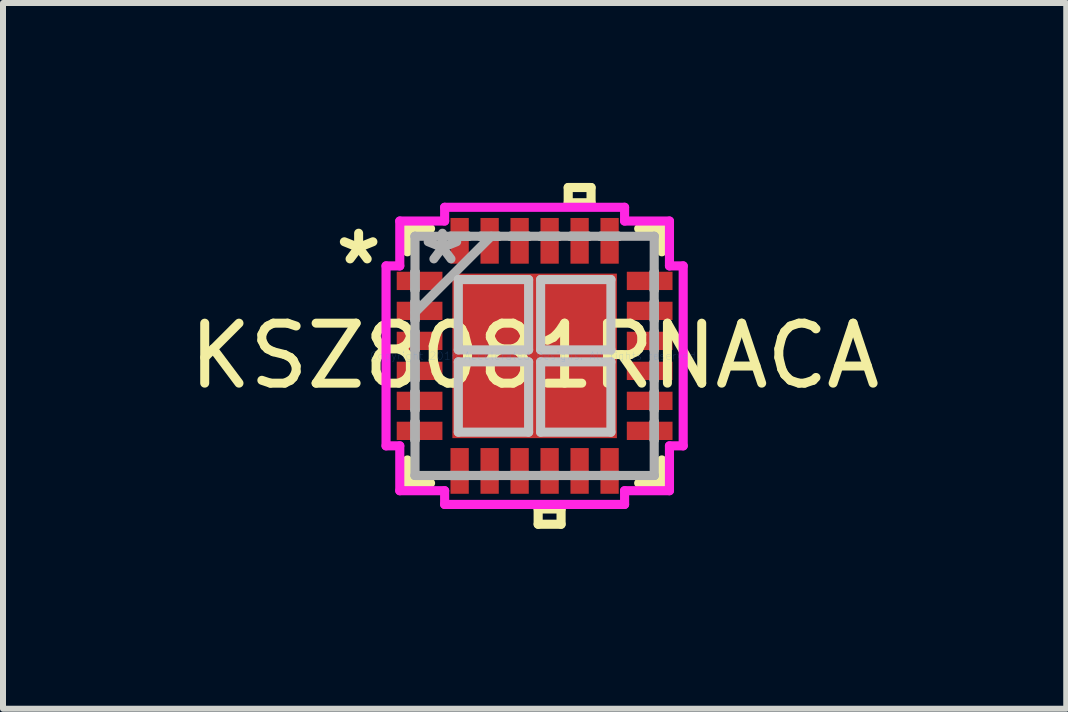
<source format=kicad_pcb>
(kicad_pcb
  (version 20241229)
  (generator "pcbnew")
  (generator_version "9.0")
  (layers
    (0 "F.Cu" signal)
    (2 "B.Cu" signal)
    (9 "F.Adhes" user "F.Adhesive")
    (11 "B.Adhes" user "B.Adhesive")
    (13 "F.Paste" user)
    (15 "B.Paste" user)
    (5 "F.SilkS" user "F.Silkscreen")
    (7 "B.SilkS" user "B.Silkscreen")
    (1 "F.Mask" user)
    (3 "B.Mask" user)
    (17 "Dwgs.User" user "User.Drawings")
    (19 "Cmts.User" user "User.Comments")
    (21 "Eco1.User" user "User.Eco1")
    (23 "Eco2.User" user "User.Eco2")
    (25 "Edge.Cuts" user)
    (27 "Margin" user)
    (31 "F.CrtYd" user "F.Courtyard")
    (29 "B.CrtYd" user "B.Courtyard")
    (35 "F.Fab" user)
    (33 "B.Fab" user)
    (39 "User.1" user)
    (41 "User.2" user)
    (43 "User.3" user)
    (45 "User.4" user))
  (footprint "KSZ8081RNACA"
    (layer "F.Cu")
    (at 5.863 2.883)
    (property "Reference" "KSZ8081RNACA" (at 0 0 0) (layer "F.SilkS") (effects (font (size 1 1) (thickness 0.15))))
    (attr through_hole)
    (fp_line (start -2.121 -2.121) (end -2.121 -1.735) (stroke (width 0.152) (type solid)) (layer "F.SilkS"))
    (fp_line (start -2.121 1.735) (end -2.121 2.121) (stroke (width 0.152) (type solid)) (layer "F.SilkS"))
    (fp_line (start -2.121 2.121) (end -1.735 2.121) (stroke (width 0.152) (type solid)) (layer "F.SilkS"))
    (fp_line (start -1.735 -2.121) (end -2.121 -2.121) (stroke (width 0.152) (type solid)) (layer "F.SilkS"))
    (fp_line (start 0.059 2.553) (end 0.059 2.807) (stroke (width 0.152) (type solid)) (layer "F.SilkS"))
    (fp_line (start 0.059 2.807) (end 0.441 2.807) (stroke (width 0.152) (type solid)) (layer "F.SilkS"))
    (fp_line (start 0.441 2.553) (end 0.059 2.553) (stroke (width 0.152) (type solid)) (layer "F.SilkS"))
    (fp_line (start 0.441 2.807) (end 0.441 2.553) (stroke (width 0.152) (type solid)) (layer "F.SilkS"))
    (fp_line (start 0.56 -2.807) (end 0.941 -2.807) (stroke (width 0.152) (type solid)) (layer "F.SilkS"))
    (fp_line (start 0.56 -2.553) (end 0.56 -2.807) (stroke (width 0.152) (type solid)) (layer "F.SilkS"))
    (fp_line (start 0.941 -2.807) (end 0.941 -2.553) (stroke (width 0.152) (type solid)) (layer "F.SilkS"))
    (fp_line (start 0.941 -2.553) (end 0.56 -2.553) (stroke (width 0.152) (type solid)) (layer "F.SilkS"))
    (fp_line (start 1.735 2.121) (end 2.121 2.121) (stroke (width 0.152) (type solid)) (layer "F.SilkS"))
    (fp_line (start 2.121 -2.121) (end 1.735 -2.121) (stroke (width 0.152) (type solid)) (layer "F.SilkS"))
    (fp_line (start 2.121 -1.735) (end 2.121 -2.121) (stroke (width 0.152) (type solid)) (layer "F.SilkS"))
    (fp_line (start 2.121 2.121) (end 2.121 1.735) (stroke (width 0.152) (type solid)) (layer "F.SilkS"))
    (fp_line (start -1.272 -1.272) (end -1.272 -0.1) (stroke (width 0.152) (type solid)) (layer "Dwgs.User"))
    (fp_line (start -1.272 -0.1) (end -0.1 -0.1) (stroke (width 0.152) (type solid)) (layer "Dwgs.User"))
    (fp_line (start -1.272 0.1) (end -1.272 1.272) (stroke (width 0.152) (type solid)) (layer "Dwgs.User"))
    (fp_line (start -1.272 1.272) (end -0.1 1.272) (stroke (width 0.152) (type solid)) (layer "Dwgs.User"))
    (fp_line (start -0.1 -1.272) (end -1.272 -1.272) (stroke (width 0.152) (type solid)) (layer "Dwgs.User"))
    (fp_line (start -0.1 -0.1) (end -0.1 -1.272) (stroke (width 0.152) (type solid)) (layer "Dwgs.User"))
    (fp_line (start -0.1 0.1) (end -1.272 0.1) (stroke (width 0.152) (type solid)) (layer "Dwgs.User"))
    (fp_line (start -0.1 1.272) (end -0.1 0.1) (stroke (width 0.152) (type solid)) (layer "Dwgs.User"))
    (fp_line (start 0.1 -1.272) (end 0.1 -0.1) (stroke (width 0.152) (type solid)) (layer "Dwgs.User"))
    (fp_line (start 0.1 -0.1) (end 1.272 -0.1) (stroke (width 0.152) (type solid)) (layer "Dwgs.User"))
    (fp_line (start 0.1 0.1) (end 0.1 1.272) (stroke (width 0.152) (type solid)) (layer "Dwgs.User"))
    (fp_line (start 0.1 1.272) (end 1.272 1.272) (stroke (width 0.152) (type solid)) (layer "Dwgs.User"))
    (fp_line (start 1.272 -1.272) (end 0.1 -1.272) (stroke (width 0.152) (type solid)) (layer "Dwgs.User"))
    (fp_line (start 1.272 -0.1) (end 1.272 -1.272) (stroke (width 0.152) (type solid)) (layer "Dwgs.User"))
    (fp_line (start 1.272 0.1) (end 0.1 0.1) (stroke (width 0.152) (type solid)) (layer "Dwgs.User"))
    (fp_line (start 1.272 1.272) (end 1.272 0.1) (stroke (width 0.152) (type solid)) (layer "Dwgs.User"))
    (fp_line (start -2.477 -1.5) (end -2.248 -1.5) (stroke (width 0.152) (type solid)) (layer "F.CrtYd"))
    (fp_line (start -2.477 1.5) (end -2.477 -1.5) (stroke (width 0.152) (type solid)) (layer "F.CrtYd"))
    (fp_line (start -2.248 -2.248) (end -1.5 -2.248) (stroke (width 0.152) (type solid)) (layer "F.CrtYd"))
    (fp_line (start -2.248 -1.5) (end -2.248 -2.248) (stroke (width 0.152) (type solid)) (layer "F.CrtYd"))
    (fp_line (start -2.248 1.5) (end -2.477 1.5) (stroke (width 0.152) (type solid)) (layer "F.CrtYd"))
    (fp_line (start -2.248 2.248) (end -2.248 1.5) (stroke (width 0.152) (type solid)) (layer "F.CrtYd"))
    (fp_line (start -1.5 -2.477) (end 1.5 -2.477) (stroke (width 0.152) (type solid)) (layer "F.CrtYd"))
    (fp_line (start -1.5 -2.248) (end -1.5 -2.477) (stroke (width 0.152) (type solid)) (layer "F.CrtYd"))
    (fp_line (start -1.5 2.248) (end -2.248 2.248) (stroke (width 0.152) (type solid)) (layer "F.CrtYd"))
    (fp_line (start -1.5 2.477) (end -1.5 2.248) (stroke (width 0.152) (type solid)) (layer "F.CrtYd"))
    (fp_line (start 1.5 -2.477) (end 1.5 -2.248) (stroke (width 0.152) (type solid)) (layer "F.CrtYd"))
    (fp_line (start 1.5 -2.248) (end 2.248 -2.248) (stroke (width 0.152) (type solid)) (layer "F.CrtYd"))
    (fp_line (start 1.5 2.248) (end 1.5 2.477) (stroke (width 0.152) (type solid)) (layer "F.CrtYd"))
    (fp_line (start 1.5 2.477) (end -1.5 2.477) (stroke (width 0.152) (type solid)) (layer "F.CrtYd"))
    (fp_line (start 2.248 -2.248) (end 2.248 -1.5) (stroke (width 0.152) (type solid)) (layer "F.CrtYd"))
    (fp_line (start 2.248 -1.5) (end 2.477 -1.5) (stroke (width 0.152) (type solid)) (layer "F.CrtYd"))
    (fp_line (start 2.248 1.5) (end 2.248 2.248) (stroke (width 0.152) (type solid)) (layer "F.CrtYd"))
    (fp_line (start 2.248 2.248) (end 1.5 2.248) (stroke (width 0.152) (type solid)) (layer "F.CrtYd"))
    (fp_line (start 2.477 -1.5) (end 2.477 1.5) (stroke (width 0.152) (type solid)) (layer "F.CrtYd"))
    (fp_line (start 2.477 1.5) (end 2.248 1.5) (stroke (width 0.152) (type solid)) (layer "F.CrtYd"))
    (fp_line (start -1.994 -1.994) (end -1.994 -1.994) (stroke (width 0.152) (type solid)) (layer "F.Fab"))
    (fp_line (start -1.994 -1.994) (end -1.994 1.994) (stroke (width 0.152) (type solid)) (layer "F.Fab"))
    (fp_line (start -1.994 -1.402) (end -1.994 -1.402) (stroke (width 0.152) (type solid)) (layer "F.Fab"))
    (fp_line (start -1.994 -1.402) (end -1.994 -1.098) (stroke (width 0.152) (type solid)) (layer "F.Fab"))
    (fp_line (start -1.994 -1.098) (end -1.994 -1.402) (stroke (width 0.152) (type solid)) (layer "F.Fab"))
    (fp_line (start -1.994 -1.098) (end -1.994 -1.098) (stroke (width 0.152) (type solid)) (layer "F.Fab"))
    (fp_line (start -1.994 -0.902) (end -1.994 -0.902) (stroke (width 0.152) (type solid)) (layer "F.Fab"))
    (fp_line (start -1.994 -0.902) (end -1.994 -0.598) (stroke (width 0.152) (type solid)) (layer "F.Fab"))
    (fp_line (start -1.994 -0.724) (end -0.724 -1.994) (stroke (width 0.152) (type solid)) (layer "F.Fab"))
    (fp_line (start -1.994 -0.598) (end -1.994 -0.902) (stroke (width 0.152) (type solid)) (layer "F.Fab"))
    (fp_line (start -1.994 -0.598) (end -1.994 -0.598) (stroke (width 0.152) (type solid)) (layer "F.Fab"))
    (fp_line (start -1.994 -0.402) (end -1.994 -0.402) (stroke (width 0.152) (type solid)) (layer "F.Fab"))
    (fp_line (start -1.994 -0.402) (end -1.994 -0.098) (stroke (width 0.152) (type solid)) (layer "F.Fab"))
    (fp_line (start -1.994 -0.098) (end -1.994 -0.402) (stroke (width 0.152) (type solid)) (layer "F.Fab"))
    (fp_line (start -1.994 -0.098) (end -1.994 -0.098) (stroke (width 0.152) (type solid)) (layer "F.Fab"))
    (fp_line (start -1.994 0.098) (end -1.994 0.098) (stroke (width 0.152) (type solid)) (layer "F.Fab"))
    (fp_line (start -1.994 0.098) (end -1.994 0.402) (stroke (width 0.152) (type solid)) (layer "F.Fab"))
    (fp_line (start -1.994 0.402) (end -1.994 0.098) (stroke (width 0.152) (type solid)) (layer "F.Fab"))
    (fp_line (start -1.994 0.402) (end -1.994 0.402) (stroke (width 0.152) (type solid)) (layer "F.Fab"))
    (fp_line (start -1.994 0.598) (end -1.994 0.598) (stroke (width 0.152) (type solid)) (layer "F.Fab"))
    (fp_line (start -1.994 0.598) (end -1.994 0.902) (stroke (width 0.152) (type solid)) (layer "F.Fab"))
    (fp_line (start -1.994 0.902) (end -1.994 0.598) (stroke (width 0.152) (type solid)) (layer "F.Fab"))
    (fp_line (start -1.994 0.902) (end -1.994 0.902) (stroke (width 0.152) (type solid)) (layer "F.Fab"))
    (fp_line (start -1.994 1.098) (end -1.994 1.098) (stroke (width 0.152) (type solid)) (layer "F.Fab"))
    (fp_line (start -1.994 1.098) (end -1.994 1.402) (stroke (width 0.152) (type solid)) (layer "F.Fab"))
    (fp_line (start -1.994 1.402) (end -1.994 1.098) (stroke (width 0.152) (type solid)) (layer "F.Fab"))
    (fp_line (start -1.994 1.402) (end -1.994 1.402) (stroke (width 0.152) (type solid)) (layer "F.Fab"))
    (fp_line (start -1.994 1.994) (end -1.994 1.994) (stroke (width 0.152) (type solid)) (layer "F.Fab"))
    (fp_line (start -1.994 1.994) (end 1.994 1.994) (stroke (width 0.152) (type solid)) (layer "F.Fab"))
    (fp_line (start -1.402 -1.994) (end -1.402 -1.994) (stroke (width 0.152) (type solid)) (layer "F.Fab"))
    (fp_line (start -1.402 -1.994) (end -1.098 -1.994) (stroke (width 0.152) (type solid)) (layer "F.Fab"))
    (fp_line (start -1.402 1.994) (end -1.402 1.994) (stroke (width 0.152) (type solid)) (layer "F.Fab"))
    (fp_line (start -1.402 1.994) (end -1.098 1.994) (stroke (width 0.152) (type solid)) (layer "F.Fab"))
    (fp_line (start -1.098 -1.994) (end -1.402 -1.994) (stroke (width 0.152) (type solid)) (layer "F.Fab"))
    (fp_line (start -1.098 -1.994) (end -1.098 -1.994) (stroke (width 0.152) (type solid)) (layer "F.Fab"))
    (fp_line (start -1.098 1.994) (end -1.402 1.994) (stroke (width 0.152) (type solid)) (layer "F.Fab"))
    (fp_line (start -1.098 1.994) (end -1.098 1.994) (stroke (width 0.152) (type solid)) (layer "F.Fab"))
    (fp_line (start -0.902 -1.994) (end -0.902 -1.994) (stroke (width 0.152) (type solid)) (layer "F.Fab"))
    (fp_line (start -0.902 -1.994) (end -0.598 -1.994) (stroke (width 0.152) (type solid)) (layer "F.Fab"))
    (fp_line (start -0.902 1.994) (end -0.902 1.994) (stroke (width 0.152) (type solid)) (layer "F.Fab"))
    (fp_line (start -0.902 1.994) (end -0.598 1.994) (stroke (width 0.152) (type solid)) (layer "F.Fab"))
    (fp_line (start -0.598 -1.994) (end -0.902 -1.994) (stroke (width 0.152) (type solid)) (layer "F.Fab"))
    (fp_line (start -0.598 -1.994) (end -0.598 -1.994) (stroke (width 0.152) (type solid)) (layer "F.Fab"))
    (fp_line (start -0.598 1.994) (end -0.902 1.994) (stroke (width 0.152) (type solid)) (layer "F.Fab"))
    (fp_line (start -0.598 1.994) (end -0.598 1.994) (stroke (width 0.152) (type solid)) (layer "F.Fab"))
    (fp_line (start -0.402 -1.994) (end -0.402 -1.994) (stroke (width 0.152) (type solid)) (layer "F.Fab"))
    (fp_line (start -0.402 -1.994) (end -0.098 -1.994) (stroke (width 0.152) (type solid)) (layer "F.Fab"))
    (fp_line (start -0.402 1.994) (end -0.402 1.994) (stroke (width 0.152) (type solid)) (layer "F.Fab"))
    (fp_line (start -0.402 1.994) (end -0.098 1.994) (stroke (width 0.152) (type solid)) (layer "F.Fab"))
    (fp_line (start -0.098 -1.994) (end -0.402 -1.994) (stroke (width 0.152) (type solid)) (layer "F.Fab"))
    (fp_line (start -0.098 -1.994) (end -0.098 -1.994) (stroke (width 0.152) (type solid)) (layer "F.Fab"))
    (fp_line (start -0.098 1.994) (end -0.402 1.994) (stroke (width 0.152) (type solid)) (layer "F.Fab"))
    (fp_line (start -0.098 1.994) (end -0.098 1.994) (stroke (width 0.152) (type solid)) (layer "F.Fab"))
    (fp_line (start 0.098 -1.994) (end 0.098 -1.994) (stroke (width 0.152) (type solid)) (layer "F.Fab"))
    (fp_line (start 0.098 -1.994) (end 0.402 -1.994) (stroke (width 0.152) (type solid)) (layer "F.Fab"))
    (fp_line (start 0.098 1.994) (end 0.098 1.994) (stroke (width 0.152) (type solid)) (layer "F.Fab"))
    (fp_line (start 0.098 1.994) (end 0.402 1.994) (stroke (width 0.152) (type solid)) (layer "F.Fab"))
    (fp_line (start 0.402 -1.994) (end 0.098 -1.994) (stroke (width 0.152) (type solid)) (layer "F.Fab"))
    (fp_line (start 0.402 -1.994) (end 0.402 -1.994) (stroke (width 0.152) (type solid)) (layer "F.Fab"))
    (fp_line (start 0.402 1.994) (end 0.098 1.994) (stroke (width 0.152) (type solid)) (layer "F.Fab"))
    (fp_line (start 0.402 1.994) (end 0.402 1.994) (stroke (width 0.152) (type solid)) (layer "F.Fab"))
    (fp_line (start 0.598 -1.994) (end 0.598 -1.994) (stroke (width 0.152) (type solid)) (layer "F.Fab"))
    (fp_line (start 0.598 -1.994) (end 0.902 -1.994) (stroke (width 0.152) (type solid)) (layer "F.Fab"))
    (fp_line (start 0.598 1.994) (end 0.598 1.994) (stroke (width 0.152) (type solid)) (layer "F.Fab"))
    (fp_line (start 0.598 1.994) (end 0.902 1.994) (stroke (width 0.152) (type solid)) (layer "F.Fab"))
    (fp_line (start 0.902 -1.994) (end 0.598 -1.994) (stroke (width 0.152) (type solid)) (layer "F.Fab"))
    (fp_line (start 0.902 -1.994) (end 0.902 -1.994) (stroke (width 0.152) (type solid)) (layer "F.Fab"))
    (fp_line (start 0.902 1.994) (end 0.598 1.994) (stroke (width 0.152) (type solid)) (layer "F.Fab"))
    (fp_line (start 0.902 1.994) (end 0.902 1.994) (stroke (width 0.152) (type solid)) (layer "F.Fab"))
    (fp_line (start 1.098 -1.994) (end 1.098 -1.994) (stroke (width 0.152) (type solid)) (layer "F.Fab"))
    (fp_line (start 1.098 -1.994) (end 1.402 -1.994) (stroke (width 0.152) (type solid)) (layer "F.Fab"))
    (fp_line (start 1.098 1.994) (end 1.098 1.994) (stroke (width 0.152) (type solid)) (layer "F.Fab"))
    (fp_line (start 1.098 1.994) (end 1.402 1.994) (stroke (width 0.152) (type solid)) (layer "F.Fab"))
    (fp_line (start 1.402 -1.994) (end 1.098 -1.994) (stroke (width 0.152) (type solid)) (layer "F.Fab"))
    (fp_line (start 1.402 -1.994) (end 1.402 -1.994) (stroke (width 0.152) (type solid)) (layer "F.Fab"))
    (fp_line (start 1.402 1.994) (end 1.098 1.994) (stroke (width 0.152) (type solid)) (layer "F.Fab"))
    (fp_line (start 1.402 1.994) (end 1.402 1.994) (stroke (width 0.152) (type solid)) (layer "F.Fab"))
    (fp_line (start 1.994 -1.994) (end -1.994 -1.994) (stroke (width 0.152) (type solid)) (layer "F.Fab"))
    (fp_line (start 1.994 -1.994) (end 1.994 -1.994) (stroke (width 0.152) (type solid)) (layer "F.Fab"))
    (fp_line (start 1.994 -1.402) (end 1.994 -1.402) (stroke (width 0.152) (type solid)) (layer "F.Fab"))
    (fp_line (start 1.994 -1.402) (end 1.994 -1.098) (stroke (width 0.152) (type solid)) (layer "F.Fab"))
    (fp_line (start 1.994 -1.098) (end 1.994 -1.402) (stroke (width 0.152) (type solid)) (layer "F.Fab"))
    (fp_line (start 1.994 -1.098) (end 1.994 -1.098) (stroke (width 0.152) (type solid)) (layer "F.Fab"))
    (fp_line (start 1.994 -0.902) (end 1.994 -0.902) (stroke (width 0.152) (type solid)) (layer "F.Fab"))
    (fp_line (start 1.994 -0.902) (end 1.994 -0.598) (stroke (width 0.152) (type solid)) (layer "F.Fab"))
    (fp_line (start 1.994 -0.598) (end 1.994 -0.902) (stroke (width 0.152) (type solid)) (layer "F.Fab"))
    (fp_line (start 1.994 -0.598) (end 1.994 -0.598) (stroke (width 0.152) (type solid)) (layer "F.Fab"))
    (fp_line (start 1.994 -0.402) (end 1.994 -0.402) (stroke (width 0.152) (type solid)) (layer "F.Fab"))
    (fp_line (start 1.994 -0.402) (end 1.994 -0.098) (stroke (width 0.152) (type solid)) (layer "F.Fab"))
    (fp_line (start 1.994 -0.098) (end 1.994 -0.402) (stroke (width 0.152) (type solid)) (layer "F.Fab"))
    (fp_line (start 1.994 -0.098) (end 1.994 -0.098) (stroke (width 0.152) (type solid)) (layer "F.Fab"))
    (fp_line (start 1.994 0.098) (end 1.994 0.098) (stroke (width 0.152) (type solid)) (layer "F.Fab"))
    (fp_line (start 1.994 0.098) (end 1.994 0.402) (stroke (width 0.152) (type solid)) (layer "F.Fab"))
    (fp_line (start 1.994 0.402) (end 1.994 0.098) (stroke (width 0.152) (type solid)) (layer "F.Fab"))
    (fp_line (start 1.994 0.402) (end 1.994 0.402) (stroke (width 0.152) (type solid)) (layer "F.Fab"))
    (fp_line (start 1.994 0.598) (end 1.994 0.598) (stroke (width 0.152) (type solid)) (layer "F.Fab"))
    (fp_line (start 1.994 0.598) (end 1.994 0.902) (stroke (width 0.152) (type solid)) (layer "F.Fab"))
    (fp_line (start 1.994 0.902) (end 1.994 0.598) (stroke (width 0.152) (type solid)) (layer "F.Fab"))
    (fp_line (start 1.994 0.902) (end 1.994 0.902) (stroke (width 0.152) (type solid)) (layer "F.Fab"))
    (fp_line (start 1.994 1.098) (end 1.994 1.098) (stroke (width 0.152) (type solid)) (layer "F.Fab"))
    (fp_line (start 1.994 1.098) (end 1.994 1.402) (stroke (width 0.152) (type solid)) (layer "F.Fab"))
    (fp_line (start 1.994 1.402) (end 1.994 1.098) (stroke (width 0.152) (type solid)) (layer "F.Fab"))
    (fp_line (start 1.994 1.402) (end 1.994 1.402) (stroke (width 0.152) (type solid)) (layer "F.Fab"))
    (fp_line (start 1.994 1.994) (end 1.994 -1.994) (stroke (width 0.152) (type solid)) (layer "F.Fab"))
    (fp_line (start 1.994 1.994) (end 1.994 1.994) (stroke (width 0.152) (type solid)) (layer "F.Fab"))
    (fp_text user "*" (at -2.934 -1.5 0) (layer "F.SilkS") (effects (font (size 1 1) (thickness 0.15))))
    (fp_text user "Copyright 2016 Accelerated Designs. All rights reserved." (at 0 0 0) (layer "Cmts.User") (effects (font (size 0.127 0.127) (thickness 0.002))))
    (fp_text user "*" (at -1.537 -1.5 0) (layer "F.Fab") (effects (font (size 1 1) (thickness 0.15))))
    (pad "0" smd rect (at 0 0) (size 2.743 2.743) (layers "F.Cu" "F.Mask" "F.Paste"))
    (pad "1" smd rect (at -1.918 -1.25 90) (size 0.305 0.762) (layers "F.Cu" "F.Mask" "F.Paste"))
    (pad "2" smd rect (at -1.918 -0.75 90) (size 0.305 0.762) (layers "F.Cu" "F.Mask" "F.Paste"))
    (pad "3" smd rect (at -1.918 -0.25 90) (size 0.305 0.762) (layers "F.Cu" "F.Mask" "F.Paste"))
    (pad "4" smd rect (at -1.918 0.25 90) (size 0.305 0.762) (layers "F.Cu" "F.Mask" "F.Paste"))
    (pad "5" smd rect (at -1.918 0.75 90) (size 0.305 0.762) (layers "F.Cu" "F.Mask" "F.Paste"))
    (pad "6" smd rect (at -1.918 1.25 90) (size 0.305 0.762) (layers "F.Cu" "F.Mask" "F.Paste"))
    (pad "7" smd rect (at -1.25 1.918) (size 0.305 0.762) (layers "F.Cu" "F.Mask" "F.Paste"))
    (pad "8" smd rect (at -0.75 1.918) (size 0.305 0.762) (layers "F.Cu" "F.Mask" "F.Paste"))
    (pad "9" smd rect (at -0.25 1.918) (size 0.305 0.762) (layers "F.Cu" "F.Mask" "F.Paste"))
    (pad "10" smd rect (at 0.25 1.918) (size 0.305 0.762) (layers "F.Cu" "F.Mask" "F.Paste"))
    (pad "11" smd rect (at 0.75 1.918) (size 0.305 0.762) (layers "F.Cu" "F.Mask" "F.Paste"))
    (pad "12" smd rect (at 1.25 1.918) (size 0.305 0.762) (layers "F.Cu" "F.Mask" "F.Paste"))
    (pad "13" smd rect (at 1.918 1.25 90) (size 0.305 0.762) (layers "F.Cu" "F.Mask" "F.Paste"))
    (pad "14" smd rect (at 1.918 0.75 90) (size 0.305 0.762) (layers "F.Cu" "F.Mask" "F.Paste"))
    (pad "15" smd rect (at 1.918 0.25 90) (size 0.305 0.762) (layers "F.Cu" "F.Mask" "F.Paste"))
    (pad "16" smd rect (at 1.918 -0.25 90) (size 0.305 0.762) (layers "F.Cu" "F.Mask" "F.Paste"))
    (pad "17" smd rect (at 1.918 -0.75 90) (size 0.305 0.762) (layers "F.Cu" "F.Mask" "F.Paste"))
    (pad "18" smd rect (at 1.918 -1.25 90) (size 0.305 0.762) (layers "F.Cu" "F.Mask" "F.Paste"))
    (pad "19" smd rect (at 1.25 -1.918) (size 0.305 0.762) (layers "F.Cu" "F.Mask" "F.Paste"))
    (pad "20" smd rect (at 0.75 -1.918) (size 0.305 0.762) (layers "F.Cu" "F.Mask" "F.Paste"))
    (pad "21" smd rect (at 0.25 -1.918) (size 0.305 0.762) (layers "F.Cu" "F.Mask" "F.Paste"))
    (pad "22" smd rect (at -0.25 -1.918) (size 0.305 0.762) (layers "F.Cu" "F.Mask" "F.Paste"))
    (pad "23" smd rect (at -0.75 -1.918) (size 0.305 0.762) (layers "F.Cu" "F.Mask" "F.Paste"))
    (pad "24" smd rect (at -1.25 -1.918) (size 0.305 0.762) (layers "F.Cu" "F.Mask" "F.Paste")))
  (gr_rect
    (start -3 -3)
    (end 14.726 8.766)
    (stroke (width 0.1) (type default))
    (fill no)
    (layer "Edge.Cuts")))
</source>
